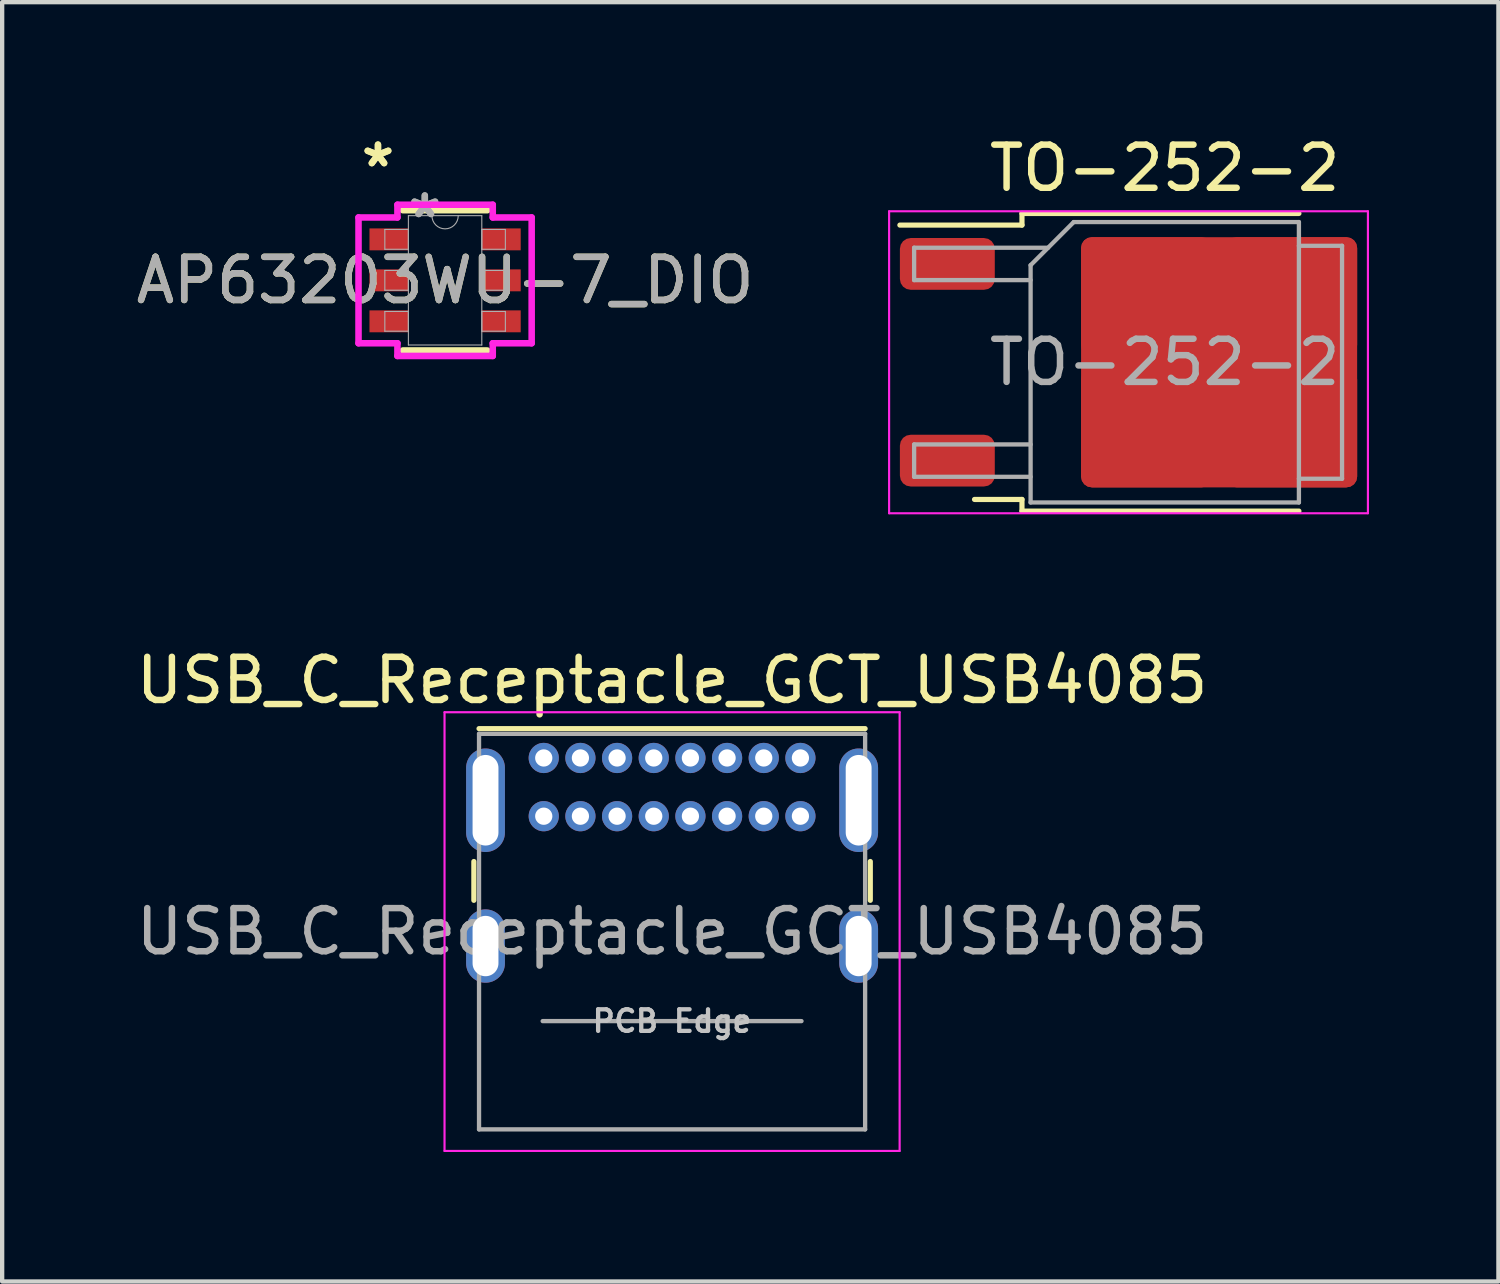
<source format=kicad_pcb>
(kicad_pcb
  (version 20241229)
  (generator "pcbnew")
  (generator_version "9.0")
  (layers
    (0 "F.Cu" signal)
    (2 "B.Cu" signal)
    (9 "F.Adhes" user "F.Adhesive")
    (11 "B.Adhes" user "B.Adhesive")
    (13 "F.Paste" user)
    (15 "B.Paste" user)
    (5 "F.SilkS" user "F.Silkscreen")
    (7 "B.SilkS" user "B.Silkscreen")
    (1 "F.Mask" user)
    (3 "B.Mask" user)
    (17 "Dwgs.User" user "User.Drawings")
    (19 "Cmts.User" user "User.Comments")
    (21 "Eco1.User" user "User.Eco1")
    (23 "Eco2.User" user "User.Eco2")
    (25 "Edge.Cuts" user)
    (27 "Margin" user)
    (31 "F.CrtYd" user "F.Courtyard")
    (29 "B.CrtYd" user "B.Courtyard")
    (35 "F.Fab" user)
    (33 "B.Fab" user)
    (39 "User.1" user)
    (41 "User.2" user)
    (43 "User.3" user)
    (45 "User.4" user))
  (footprint "AP63203WU-7_DIO"
    (layer "F.Cu")
    (at 7.268 3.449)
    (property "Reference" "AP63203WU-7_DIO" (at 0 0 0) (unlocked yes) (layer "F.SilkS") (effects (font (size 1 1) (thickness 0.15))))
    (attr smd)
    (fp_line (start -0.978 1.626) (end 0.978 1.626) (stroke (width 0.152) (type solid)) (layer "F.SilkS"))
    (fp_line (start 0.978 -1.626) (end -0.978 -1.626) (stroke (width 0.152) (type solid)) (layer "F.SilkS"))
    (fp_line (start -2.007 -1.458) (end -1.105 -1.458) (stroke (width 0.152) (type solid)) (layer "F.CrtYd"))
    (fp_line (start -2.007 1.458) (end -2.007 -1.458) (stroke (width 0.152) (type solid)) (layer "F.CrtYd"))
    (fp_line (start -2.007 1.458) (end -1.105 1.458) (stroke (width 0.152) (type solid)) (layer "F.CrtYd"))
    (fp_line (start -1.105 -1.753) (end 1.105 -1.753) (stroke (width 0.152) (type solid)) (layer "F.CrtYd"))
    (fp_line (start -1.105 -1.458) (end -1.105 -1.753) (stroke (width 0.152) (type solid)) (layer "F.CrtYd"))
    (fp_line (start -1.105 1.753) (end -1.105 1.458) (stroke (width 0.152) (type solid)) (layer "F.CrtYd"))
    (fp_line (start 1.105 -1.753) (end 1.105 -1.458) (stroke (width 0.152) (type solid)) (layer "F.CrtYd"))
    (fp_line (start 1.105 1.458) (end 1.105 1.753) (stroke (width 0.152) (type solid)) (layer "F.CrtYd"))
    (fp_line (start 1.105 1.753) (end -1.105 1.753) (stroke (width 0.152) (type solid)) (layer "F.CrtYd"))
    (fp_line (start 2.007 -1.458) (end 1.105 -1.458) (stroke (width 0.152) (type solid)) (layer "F.CrtYd"))
    (fp_line (start 2.007 -1.458) (end 2.007 1.458) (stroke (width 0.152) (type solid)) (layer "F.CrtYd"))
    (fp_line (start 2.007 1.458) (end 1.105 1.458) (stroke (width 0.152) (type solid)) (layer "F.CrtYd"))
    (fp_line (start -1.397 -1.179) (end -1.397 -0.721) (stroke (width 0.025) (type solid)) (layer "F.Fab"))
    (fp_line (start -1.397 -0.721) (end -0.851 -0.721) (stroke (width 0.025) (type solid)) (layer "F.Fab"))
    (fp_line (start -1.397 -0.229) (end -1.397 0.229) (stroke (width 0.025) (type solid)) (layer "F.Fab"))
    (fp_line (start -1.397 0.229) (end -0.851 0.229) (stroke (width 0.025) (type solid)) (layer "F.Fab"))
    (fp_line (start -1.397 0.721) (end -1.397 1.179) (stroke (width 0.025) (type solid)) (layer "F.Fab"))
    (fp_line (start -1.397 1.179) (end -0.851 1.179) (stroke (width 0.025) (type solid)) (layer "F.Fab"))
    (fp_line (start -0.851 -1.499) (end -0.851 1.499) (stroke (width 0.025) (type solid)) (layer "F.Fab"))
    (fp_line (start -0.851 -1.179) (end -1.397 -1.179) (stroke (width 0.025) (type solid)) (layer "F.Fab"))
    (fp_line (start -0.851 -0.721) (end -0.851 -1.179) (stroke (width 0.025) (type solid)) (layer "F.Fab"))
    (fp_line (start -0.851 -0.229) (end -1.397 -0.229) (stroke (width 0.025) (type solid)) (layer "F.Fab"))
    (fp_line (start -0.851 0.229) (end -0.851 -0.229) (stroke (width 0.025) (type solid)) (layer "F.Fab"))
    (fp_line (start -0.851 0.721) (end -1.397 0.721) (stroke (width 0.025) (type solid)) (layer "F.Fab"))
    (fp_line (start -0.851 1.179) (end -0.851 0.721) (stroke (width 0.025) (type solid)) (layer "F.Fab"))
    (fp_line (start -0.851 1.499) (end 0.851 1.499) (stroke (width 0.025) (type solid)) (layer "F.Fab"))
    (fp_line (start 0.851 -1.499) (end -0.851 -1.499) (stroke (width 0.025) (type solid)) (layer "F.Fab"))
    (fp_line (start 0.851 -1.179) (end 0.851 -0.721) (stroke (width 0.025) (type solid)) (layer "F.Fab"))
    (fp_line (start 0.851 -0.721) (end 1.397 -0.721) (stroke (width 0.025) (type solid)) (layer "F.Fab"))
    (fp_line (start 0.851 -0.229) (end 0.851 0.229) (stroke (width 0.025) (type solid)) (layer "F.Fab"))
    (fp_line (start 0.851 0.229) (end 1.397 0.229) (stroke (width 0.025) (type solid)) (layer "F.Fab"))
    (fp_line (start 0.851 0.721) (end 0.851 1.179) (stroke (width 0.025) (type solid)) (layer "F.Fab"))
    (fp_line (start 0.851 1.179) (end 1.397 1.179) (stroke (width 0.025) (type solid)) (layer "F.Fab"))
    (fp_line (start 0.851 1.499) (end 0.851 -1.499) (stroke (width 0.025) (type solid)) (layer "F.Fab"))
    (fp_line (start 1.397 -1.179) (end 0.851 -1.179) (stroke (width 0.025) (type solid)) (layer "F.Fab"))
    (fp_line (start 1.397 -0.721) (end 1.397 -1.179) (stroke (width 0.025) (type solid)) (layer "F.Fab"))
    (fp_line (start 1.397 -0.229) (end 0.851 -0.229) (stroke (width 0.025) (type solid)) (layer "F.Fab"))
    (fp_line (start 1.397 0.229) (end 1.397 -0.229) (stroke (width 0.025) (type solid)) (layer "F.Fab"))
    (fp_line (start 1.397 0.721) (end 0.851 0.721) (stroke (width 0.025) (type solid)) (layer "F.Fab"))
    (fp_line (start 1.397 1.179) (end 1.397 0.721) (stroke (width 0.025) (type solid)) (layer "F.Fab"))
    (fp_arc (start 0.3048 -1.4986) (mid 0 -1.1938) (end -0.3048 -1.4986) (stroke (width 0.0254) (type solid)) (layer "F.Fab"))
    (fp_text user "*" (at -1.556 -2.601 0) (unlocked yes) (layer "F.SilkS") (effects (font (size 1 1) (thickness 0.15))))
    (fp_text user "*" (at -1.556 -2.601 0) (layer "F.SilkS") (effects (font (size 1 1) (thickness 0.15))))
    (fp_text user "*" (at -0.47 -1.422 0) (layer "F.Fab") (effects (font (size 1 1) (thickness 0.15))))
    (fp_text user "${REFERENCE}" (at 0 0 0) (unlocked yes) (layer "F.Fab") (effects (font (size 1 1) (thickness 0.15))))
    (fp_text user "*" (at -0.47 -1.422 0) (unlocked yes) (layer "F.Fab") (effects (font (size 1 1) (thickness 0.15))))
    (pad "1" smd rect (at -1.302 -0.95) (size 0.902 0.508) (layers "F.Cu" "F.Mask" "F.Paste"))
    (pad "2" smd rect (at -1.302 0) (size 0.902 0.508) (layers "F.Cu" "F.Mask" "F.Paste"))
    (pad "3" smd rect (at -1.302 0.95) (size 0.902 0.508) (layers "F.Cu" "F.Mask" "F.Paste"))
    (pad "4" smd rect (at 1.302 0.95) (size 0.902 0.508) (layers "F.Cu" "F.Mask" "F.Paste"))
    (pad "5" smd rect (at 1.302 0) (size 0.902 0.508) (layers "F.Cu" "F.Mask" "F.Paste"))
    (pad "6" smd rect (at 1.302 -0.95) (size 0.902 0.508) (layers "F.Cu" "F.Mask" "F.Paste")))
  (footprint "USB_C_Receptacle_GCT_USB4085"
    (layer "F.Cu")
    (at 9.555 14.521)
    (property "Reference" "USB_C_Receptacle_GCT_USB4085" (at 2.975 -1.8 0) (layer "F.SilkS") (effects (font (size 1 1) (thickness 0.15))))
    (attr through_hole)
    (fp_line (start -1.62 2.4) (end -1.62 3.3) (stroke (width 0.12) (type solid)) (layer "F.SilkS"))
    (fp_line (start -1.5 -0.68) (end 7.45 -0.68) (stroke (width 0.12) (type solid)) (layer "F.SilkS"))
    (fp_line (start 7.57 2.4) (end 7.57 3.3) (stroke (width 0.12) (type solid)) (layer "F.SilkS"))
    (fp_line (start -2.3 -1.06) (end -2.3 9.11) (stroke (width 0.05) (type solid)) (layer "F.CrtYd"))
    (fp_line (start -2.3 -1.06) (end 8.25 -1.06) (stroke (width 0.05) (type solid)) (layer "F.CrtYd"))
    (fp_line (start -2.3 9.11) (end 8.25 9.11) (stroke (width 0.05) (type solid)) (layer "F.CrtYd"))
    (fp_line (start 8.25 -1.06) (end 8.25 9.11) (stroke (width 0.05) (type solid)) (layer "F.CrtYd"))
    (fp_line (start -1.5 -0.56) (end -1.5 8.61) (stroke (width 0.1) (type solid)) (layer "F.Fab"))
    (fp_line (start -1.5 -0.56) (end 7.45 -0.56) (stroke (width 0.1) (type solid)) (layer "F.Fab"))
    (fp_line (start -1.5 8.61) (end 7.45 8.61) (stroke (width 0.1) (type solid)) (layer "F.Fab"))
    (fp_line (start -0.025 6.1) (end 5.975 6.1) (stroke (width 0.1) (type solid)) (layer "F.Fab"))
    (fp_line (start 7.45 -0.56) (end 7.45 8.61) (stroke (width 0.1) (type solid)) (layer "F.Fab"))
    (fp_text user "PCB Edge" (at 2.975 6.1 0) (layer "Dwgs.User") (effects (font (size 0.5 0.5) (thickness 0.1))))
    (fp_text user "${REFERENCE}" (at 2.975 4.025 0) (layer "F.Fab") (effects (font (size 1 1) (thickness 0.15))))
    (pad "A1" thru_hole circle (at 0 0) (size 0.7 0.7) (drill 0.4) (layers "*.Cu" "*.Mask"))
    (pad "A4" thru_hole circle (at 0.85 0) (size 0.7 0.7) (drill 0.4) (layers "*.Cu" "*.Mask"))
    (pad "A5" thru_hole circle (at 1.7 0) (size 0.7 0.7) (drill 0.4) (layers "*.Cu" "*.Mask"))
    (pad "A6" thru_hole circle (at 2.55 0) (size 0.7 0.7) (drill 0.4) (layers "*.Cu" "*.Mask"))
    (pad "A7" thru_hole circle (at 3.4 0) (size 0.7 0.7) (drill 0.4) (layers "*.Cu" "*.Mask"))
    (pad "A8" thru_hole circle (at 4.25 0) (size 0.7 0.7) (drill 0.4) (layers "*.Cu" "*.Mask"))
    (pad "A9" thru_hole circle (at 5.1 0) (size 0.7 0.7) (drill 0.4) (layers "*.Cu" "*.Mask"))
    (pad "A12" thru_hole circle (at 5.95 0) (size 0.7 0.7) (drill 0.4) (layers "*.Cu" "*.Mask"))
    (pad "B1" thru_hole circle (at 5.95 1.35) (size 0.7 0.7) (drill 0.4) (layers "*.Cu" "*.Mask"))
    (pad "B4" thru_hole circle (at 5.1 1.35) (size 0.7 0.7) (drill 0.4) (layers "*.Cu" "*.Mask"))
    (pad "B5" thru_hole circle (at 4.25 1.35) (size 0.7 0.7) (drill 0.4) (layers "*.Cu" "*.Mask"))
    (pad "B6" thru_hole circle (at 3.4 1.35) (size 0.7 0.7) (drill 0.4) (layers "*.Cu" "*.Mask"))
    (pad "B7" thru_hole circle (at 2.55 1.35) (size 0.7 0.7) (drill 0.4) (layers "*.Cu" "*.Mask"))
    (pad "B8" thru_hole circle (at 1.7 1.35) (size 0.7 0.7) (drill 0.4) (layers "*.Cu" "*.Mask"))
    (pad "B9" thru_hole circle (at 0.85 1.35) (size 0.7 0.7) (drill 0.4) (layers "*.Cu" "*.Mask"))
    (pad "B12" thru_hole circle (at 0 1.35) (size 0.7 0.7) (drill 0.4) (layers "*.Cu" "*.Mask"))
    (pad "S1" thru_hole oval (at -1.35 0.98) (size 0.9 2.4) (drill oval 0.6 2.1) (layers "*.Cu" "*.Mask"))
    (pad "S1" thru_hole oval (at -1.35 4.36) (size 0.9 1.7) (drill oval 0.6 1.4) (layers "*.Cu" "*.Mask"))
    (pad "S1" thru_hole oval (at 7.3 0.98) (size 0.9 2.4) (drill oval 0.6 2.1) (layers "*.Cu" "*.Mask"))
    (pad "S1" thru_hole oval (at 7.3 4.36) (size 0.9 1.7) (drill oval 0.6 1.4) (layers "*.Cu" "*.Mask")))
  (footprint "TO-252-2"
    (layer "F.Cu")
    (at 23.951 5.348)
    (property "Reference" "TO-252-2" (at 0 -4.5 0) (layer "F.SilkS") (effects (font (size 1 1) (thickness 0.15))))
    (attr smd)
    (fp_line (start -3.31 -3.45) (end -3.31 -3.18) (stroke (width 0.12) (type solid)) (layer "F.SilkS"))
    (fp_line (start -3.31 -3.18) (end -6.14 -3.18) (stroke (width 0.12) (type solid)) (layer "F.SilkS"))
    (fp_line (start -3.31 3.18) (end -4.41 3.18) (stroke (width 0.12) (type solid)) (layer "F.SilkS"))
    (fp_line (start -3.31 3.45) (end -3.31 3.18) (stroke (width 0.12) (type solid)) (layer "F.SilkS"))
    (fp_line (start 3.11 -3.45) (end -3.31 -3.45) (stroke (width 0.12) (type solid)) (layer "F.SilkS"))
    (fp_line (start 3.11 3.45) (end -3.31 3.45) (stroke (width 0.12) (type solid)) (layer "F.SilkS"))
    (fp_line (start -6.39 -3.5) (end -6.39 3.5) (stroke (width 0.05) (type solid)) (layer "F.CrtYd"))
    (fp_line (start -6.39 3.5) (end 4.71 3.5) (stroke (width 0.05) (type solid)) (layer "F.CrtYd"))
    (fp_line (start 4.71 -3.5) (end -6.39 -3.5) (stroke (width 0.05) (type solid)) (layer "F.CrtYd"))
    (fp_line (start 4.71 3.5) (end 4.71 -3.5) (stroke (width 0.05) (type solid)) (layer "F.CrtYd"))
    (fp_line (start -5.81 -2.655) (end -5.81 -1.905) (stroke (width 0.1) (type solid)) (layer "F.Fab"))
    (fp_line (start -5.81 -1.905) (end -3.11 -1.905) (stroke (width 0.1) (type solid)) (layer "F.Fab"))
    (fp_line (start -5.81 1.905) (end -5.81 2.655) (stroke (width 0.1) (type solid)) (layer "F.Fab"))
    (fp_line (start -5.81 2.655) (end -3.11 2.655) (stroke (width 0.1) (type solid)) (layer "F.Fab"))
    (fp_line (start -3.11 -2.25) (end -2.11 -3.25) (stroke (width 0.1) (type solid)) (layer "F.Fab"))
    (fp_line (start -3.11 1.905) (end -5.81 1.905) (stroke (width 0.1) (type solid)) (layer "F.Fab"))
    (fp_line (start -3.11 3.25) (end -3.11 -2.25) (stroke (width 0.1) (type solid)) (layer "F.Fab"))
    (fp_line (start -2.705 -2.655) (end -5.81 -2.655) (stroke (width 0.1) (type solid)) (layer "F.Fab"))
    (fp_line (start -2.11 -3.25) (end 3.11 -3.25) (stroke (width 0.1) (type solid)) (layer "F.Fab"))
    (fp_line (start 3.11 -3.25) (end 3.11 3.25) (stroke (width 0.1) (type solid)) (layer "F.Fab"))
    (fp_line (start 3.11 -2.7) (end 4.11 -2.7) (stroke (width 0.1) (type solid)) (layer "F.Fab"))
    (fp_line (start 3.11 3.25) (end -3.11 3.25) (stroke (width 0.1) (type solid)) (layer "F.Fab"))
    (fp_line (start 4.11 -2.7) (end 4.11 2.7) (stroke (width 0.1) (type solid)) (layer "F.Fab"))
    (fp_line (start 4.11 2.7) (end 3.11 2.7) (stroke (width 0.1) (type solid)) (layer "F.Fab"))
    (fp_text user "${REFERENCE}" (at 0 0 0) (layer "F.Fab") (effects (font (size 1 1) (thickness 0.15))))
    (pad "1" smd roundrect (at -0.415 -1.525) (size 3.05 2.75) (layers "F.Cu" "F.Paste") (roundrect_rratio 0.091))
    (pad "1" smd roundrect (at -0.415 1.525) (size 3.05 2.75) (layers "F.Cu" "F.Paste") (roundrect_rratio 0.091))
    (pad "1" smd roundrect (at 1.26 0) (size 6.4 5.8) (layers "F.Cu" "F.Mask") (roundrect_rratio 0.043))
    (pad "1" smd roundrect (at 2.935 -1.525) (size 3.05 2.75) (layers "F.Cu" "F.Paste") (roundrect_rratio 0.091))
    (pad "1" smd roundrect (at 2.935 1.525) (size 3.05 2.75) (layers "F.Cu" "F.Paste") (roundrect_rratio 0.091))
    (pad "2" smd roundrect (at -5.04 -2.28) (size 2.2 1.2) (layers "F.Cu" "F.Mask" "F.Paste") (roundrect_rratio 0.208))
    (pad "3" smd roundrect (at -5.04 2.28) (size 2.2 1.2) (layers "F.Cu" "F.Mask" "F.Paste") (roundrect_rratio 0.208)))
  (gr_rect
    (start -3 -3)
    (end 31.686 26.657)
    (stroke (width 0.1) (type default))
    (fill no)
    (layer "Edge.Cuts")))
</source>
